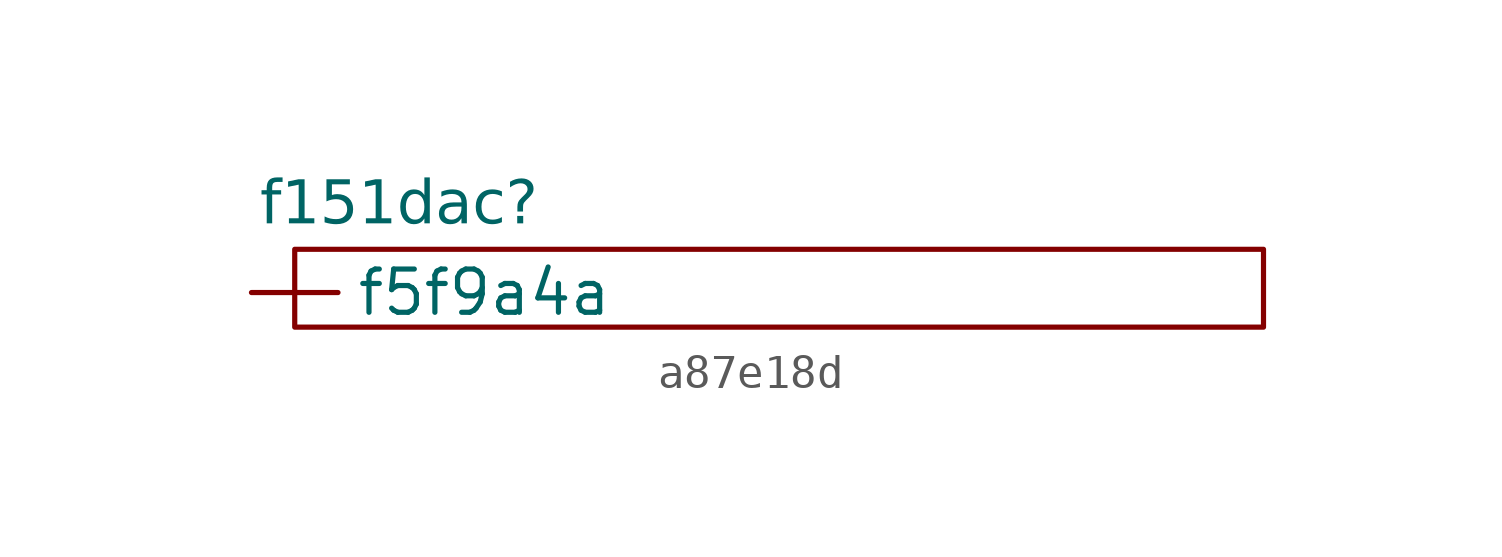
<source format=kicad_sym>
(kicad_symbol_lib
  (version 20231120)
  (generator "kicad_symbol_editor")
  (generator_version "8.0")
  (symbol "a87e18d"
    (pin_numbers hide)
    (property "Reference" "f151dac"
      (at 0.254 -0.508 0)
      (effects (font (face "Cascadia Mono") (size 1.27 1.27)) (justify left top)))
    (property "Value" ""
      (at 0 0 0)
      (effects (font (size 1.27 1.27))))
    (symbol "a87e18d_0_1"
      (rectangle (start 1.27 -2.54) (end 29.718 -4.826) (stroke (width 0) (type default)) (fill (type none))))
    (symbol "a87e18d_1_1"
      (pin input line (at 0 -3.81 0) (length 2.54) (name "f5f9a4a" (effects (font (size 1.27 1.27)))) (number "" (effects (font (size 1.27 1.27))))))))
</source>
